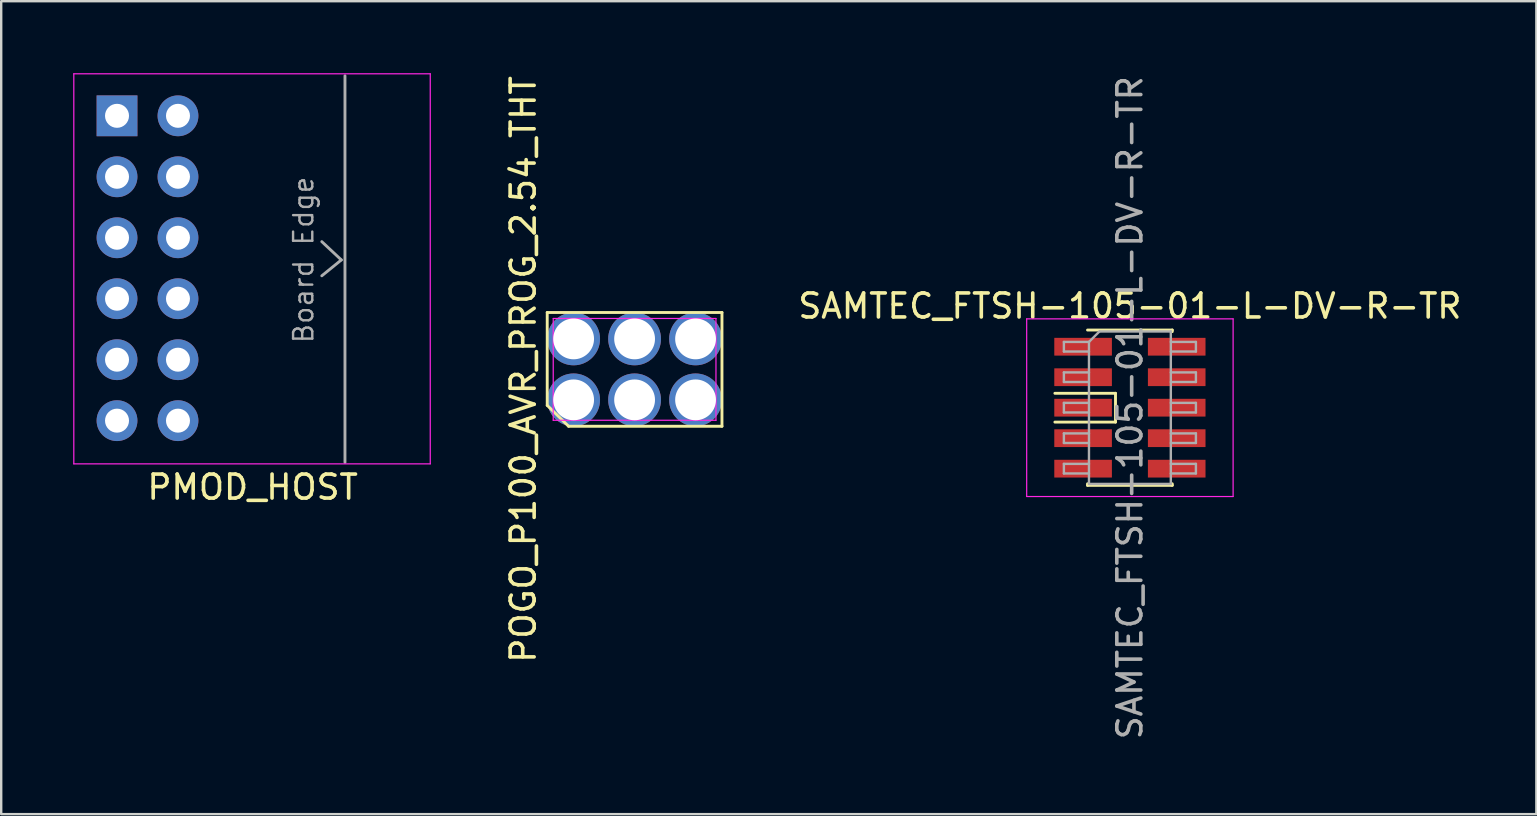
<source format=kicad_pcb>
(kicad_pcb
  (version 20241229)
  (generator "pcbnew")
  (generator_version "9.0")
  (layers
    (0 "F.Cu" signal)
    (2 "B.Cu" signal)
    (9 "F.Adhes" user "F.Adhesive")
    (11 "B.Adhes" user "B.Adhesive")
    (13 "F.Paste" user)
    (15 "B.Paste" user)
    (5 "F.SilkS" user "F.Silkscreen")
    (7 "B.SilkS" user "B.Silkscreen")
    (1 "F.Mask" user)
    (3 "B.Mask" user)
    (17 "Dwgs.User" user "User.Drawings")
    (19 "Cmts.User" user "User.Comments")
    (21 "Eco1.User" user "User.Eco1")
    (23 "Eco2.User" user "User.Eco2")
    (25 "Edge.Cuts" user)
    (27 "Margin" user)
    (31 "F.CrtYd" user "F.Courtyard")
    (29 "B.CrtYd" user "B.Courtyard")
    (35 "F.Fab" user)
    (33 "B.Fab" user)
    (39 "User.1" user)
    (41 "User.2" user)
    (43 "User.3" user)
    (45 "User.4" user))
  (footprint "POGO_P100_AVR_PROG_2.54_THT"
    (layer "F.Cu")
    (at 23.388 12.339)
    (property "Reference" "POGO_P100_AVR_PROG_2.54_THT" (at -4.64 0 90) (layer "F.SilkS") (effects (font (size 1 1) (thickness 0.15))))
    (attr through_hole)
    (fp_line (start -3.64 -2.37) (end -3.64 1.5) (stroke (width 0.12) (type solid)) (layer "F.SilkS"))
    (fp_line (start -3.64 1.5) (end -2.75 2.37) (stroke (width 0.12) (type solid)) (layer "F.SilkS"))
    (fp_line (start -2.75 2.37) (end 3.64 2.37) (stroke (width 0.12) (type solid)) (layer "F.SilkS"))
    (fp_line (start 3.64 -2.37) (end -3.64 -2.37) (stroke (width 0.12) (type solid)) (layer "F.SilkS"))
    (fp_line (start 3.64 2.37) (end 3.64 -2.37) (stroke (width 0.12) (type solid)) (layer "F.SilkS"))
    (fp_line (start -3.39 -2.12) (end 3.39 -2.12) (stroke (width 0.05) (type solid)) (layer "F.CrtYd"))
    (fp_line (start -3.39 2.12) (end -3.39 -2.12) (stroke (width 0.05) (type solid)) (layer "F.CrtYd"))
    (fp_line (start 3.39 -2.12) (end 3.39 2.12) (stroke (width 0.05) (type solid)) (layer "F.CrtYd"))
    (fp_line (start 3.39 2.12) (end -3.39 2.12) (stroke (width 0.05) (type solid)) (layer "F.CrtYd"))
    (pad "1" thru_hole circle (at -2.54 1.27) (size 2.2 2.2) (drill 1.7) (layers "*.Cu" "*.Mask"))
    (pad "2" thru_hole circle (at -2.54 -1.27) (size 2.2 2.2) (drill 1.7) (layers "*.Cu" "*.Mask"))
    (pad "3" thru_hole circle (at 0 1.27) (size 2.2 2.2) (drill 1.7) (layers "*.Cu" "*.Mask"))
    (pad "4" thru_hole circle (at 0 -1.27) (size 2.2 2.2) (drill 1.7) (layers "*.Cu" "*.Mask"))
    (pad "5" thru_hole circle (at 2.54 1.27) (size 2.2 2.2) (drill 1.7) (layers "*.Cu" "*.Mask"))
    (pad "6" thru_hole circle (at 2.54 -1.27) (size 2.2 2.2) (drill 1.7) (layers "*.Cu" "*.Mask")))
  (footprint "SAMTEC_FTSH-105-01-L-DV-R-TR"
    (layer "F.Cu")
    (at 44.023 13.935)
    (property "Reference" "SAMTEC_FTSH-105-01-L-DV-R-TR" (at 0 -4.235 0) (layer "F.SilkS") (effects (font (size 1 1) (thickness 0.15))))
    (attr smd)
    (fp_line (start -3.125 -0.6) (end -0.6 -0.6) (stroke (width 0.12) (type solid)) (layer "F.SilkS"))
    (fp_line (start -3.125 0.6) (end -0.6 0.6) (stroke (width 0.12) (type solid)) (layer "F.SilkS"))
    (fp_line (start -1.765 -3.235) (end 1.765 -3.235) (stroke (width 0.12) (type solid)) (layer "F.SilkS"))
    (fp_line (start -1.765 3.17) (end -1.765 3.235) (stroke (width 0.12) (type solid)) (layer "F.SilkS"))
    (fp_line (start -1.765 3.235) (end 1.765 3.235) (stroke (width 0.12) (type solid)) (layer "F.SilkS"))
    (fp_line (start -0.6 -0.6) (end -0.6 0.6) (stroke (width 0.12) (type solid)) (layer "F.SilkS"))
    (fp_line (start 1.765 -3.235) (end 1.765 -3.17) (stroke (width 0.12) (type solid)) (layer "F.SilkS"))
    (fp_line (start 1.765 3.17) (end 1.765 3.235) (stroke (width 0.12) (type solid)) (layer "F.SilkS"))
    (fp_line (start -4.3 -3.7) (end -4.3 3.7) (stroke (width 0.05) (type solid)) (layer "F.CrtYd"))
    (fp_line (start -4.3 3.7) (end 4.3 3.7) (stroke (width 0.05) (type solid)) (layer "F.CrtYd"))
    (fp_line (start 4.3 -3.7) (end -4.3 -3.7) (stroke (width 0.05) (type solid)) (layer "F.CrtYd"))
    (fp_line (start 4.3 3.7) (end 4.3 -3.7) (stroke (width 0.05) (type solid)) (layer "F.CrtYd"))
    (fp_line (start -2.75 -2.74) (end -2.75 -2.34) (stroke (width 0.1) (type solid)) (layer "F.Fab"))
    (fp_line (start -2.75 -2.34) (end -1.705 -2.34) (stroke (width 0.1) (type solid)) (layer "F.Fab"))
    (fp_line (start -2.75 -1.47) (end -2.75 -1.07) (stroke (width 0.1) (type solid)) (layer "F.Fab"))
    (fp_line (start -2.75 -1.07) (end -1.705 -1.07) (stroke (width 0.1) (type solid)) (layer "F.Fab"))
    (fp_line (start -2.75 -0.2) (end -2.75 0.2) (stroke (width 0.1) (type solid)) (layer "F.Fab"))
    (fp_line (start -2.75 0.2) (end -1.705 0.2) (stroke (width 0.1) (type solid)) (layer "F.Fab"))
    (fp_line (start -2.75 1.07) (end -2.75 1.47) (stroke (width 0.1) (type solid)) (layer "F.Fab"))
    (fp_line (start -2.75 1.47) (end -1.705 1.47) (stroke (width 0.1) (type solid)) (layer "F.Fab"))
    (fp_line (start -2.75 2.34) (end -2.75 2.74) (stroke (width 0.1) (type solid)) (layer "F.Fab"))
    (fp_line (start -2.75 2.74) (end -1.705 2.74) (stroke (width 0.1) (type solid)) (layer "F.Fab"))
    (fp_line (start -1.705 -2.74) (end -2.75 -2.74) (stroke (width 0.1) (type solid)) (layer "F.Fab"))
    (fp_line (start -1.705 -2.74) (end -1.27 -3.175) (stroke (width 0.1) (type solid)) (layer "F.Fab"))
    (fp_line (start -1.705 -1.47) (end -2.75 -1.47) (stroke (width 0.1) (type solid)) (layer "F.Fab"))
    (fp_line (start -1.705 -0.2) (end -2.75 -0.2) (stroke (width 0.1) (type solid)) (layer "F.Fab"))
    (fp_line (start -1.705 1.07) (end -2.75 1.07) (stroke (width 0.1) (type solid)) (layer "F.Fab"))
    (fp_line (start -1.705 2.34) (end -2.75 2.34) (stroke (width 0.1) (type solid)) (layer "F.Fab"))
    (fp_line (start -1.705 3.175) (end -1.705 -2.74) (stroke (width 0.1) (type solid)) (layer "F.Fab"))
    (fp_line (start -1.27 -3.175) (end 1.705 -3.175) (stroke (width 0.1) (type solid)) (layer "F.Fab"))
    (fp_line (start 1.705 -3.175) (end 1.705 3.175) (stroke (width 0.1) (type solid)) (layer "F.Fab"))
    (fp_line (start 1.705 -2.74) (end 2.75 -2.74) (stroke (width 0.1) (type solid)) (layer "F.Fab"))
    (fp_line (start 1.705 -1.47) (end 2.75 -1.47) (stroke (width 0.1) (type solid)) (layer "F.Fab"))
    (fp_line (start 1.705 -0.2) (end 2.75 -0.2) (stroke (width 0.1) (type solid)) (layer "F.Fab"))
    (fp_line (start 1.705 1.07) (end 2.75 1.07) (stroke (width 0.1) (type solid)) (layer "F.Fab"))
    (fp_line (start 1.705 2.34) (end 2.75 2.34) (stroke (width 0.1) (type solid)) (layer "F.Fab"))
    (fp_line (start 1.705 3.175) (end -1.705 3.175) (stroke (width 0.1) (type solid)) (layer "F.Fab"))
    (fp_line (start 2.75 -2.74) (end 2.75 -2.34) (stroke (width 0.1) (type solid)) (layer "F.Fab"))
    (fp_line (start 2.75 -2.34) (end 1.705 -2.34) (stroke (width 0.1) (type solid)) (layer "F.Fab"))
    (fp_line (start 2.75 -1.47) (end 2.75 -1.07) (stroke (width 0.1) (type solid)) (layer "F.Fab"))
    (fp_line (start 2.75 -1.07) (end 1.705 -1.07) (stroke (width 0.1) (type solid)) (layer "F.Fab"))
    (fp_line (start 2.75 -0.2) (end 2.75 0.2) (stroke (width 0.1) (type solid)) (layer "F.Fab"))
    (fp_line (start 2.75 0.2) (end 1.705 0.2) (stroke (width 0.1) (type solid)) (layer "F.Fab"))
    (fp_line (start 2.75 1.07) (end 2.75 1.47) (stroke (width 0.1) (type solid)) (layer "F.Fab"))
    (fp_line (start 2.75 1.47) (end 1.705 1.47) (stroke (width 0.1) (type solid)) (layer "F.Fab"))
    (fp_line (start 2.75 2.34) (end 2.75 2.74) (stroke (width 0.1) (type solid)) (layer "F.Fab"))
    (fp_line (start 2.75 2.74) (end 1.705 2.74) (stroke (width 0.1) (type solid)) (layer "F.Fab"))
    (fp_text user "${REFERENCE}" (at 0 0 90) (layer "F.Fab") (effects (font (size 1 1) (thickness 0.15))))
    (pad "1" smd rect (at -1.95 -2.54) (size 2.4 0.74) (layers "F.Cu" "F.Mask" "F.Paste"))
    (pad "2" smd rect (at 1.95 -2.54) (size 2.4 0.74) (layers "F.Cu" "F.Mask" "F.Paste"))
    (pad "3" smd rect (at -1.95 -1.27) (size 2.4 0.74) (layers "F.Cu" "F.Mask" "F.Paste"))
    (pad "4" smd rect (at 1.95 -1.27) (size 2.4 0.74) (layers "F.Cu" "F.Mask" "F.Paste"))
    (pad "5" smd rect (at -1.95 0) (size 2.4 0.74) (layers "F.Cu" "F.Mask" "F.Paste"))
    (pad "6" smd rect (at 1.95 0) (size 2.4 0.74) (layers "F.Cu" "F.Mask" "F.Paste"))
    (pad "7" smd rect (at -1.95 1.27) (size 2.4 0.74) (layers "F.Cu" "F.Mask" "F.Paste"))
    (pad "8" smd rect (at 1.95 1.27) (size 2.4 0.74) (layers "F.Cu" "F.Mask" "F.Paste"))
    (pad "9" smd rect (at -1.95 2.54) (size 2.4 0.74) (layers "F.Cu" "F.Mask" "F.Paste"))
    (pad "10" smd rect (at 1.95 2.54) (size 2.4 0.74) (layers "F.Cu" "F.Mask" "F.Paste")))
  (footprint "PMOD_HOST"
    (layer "F.Cu")
    (at 7.156 8.135)
    (property "Reference" "PMOD_HOST" (at 0.319 9.11 180) (layer "F.SilkS") (effects (font (size 1 1) (thickness 0.15))))
    (attr through_hole)
    (fp_line (start -7.131 -8.11) (end -7.131 8.14) (stroke (width 0.05) (type solid)) (layer "F.CrtYd"))
    (fp_line (start -7.131 8.14) (end 7.719 8.14) (stroke (width 0.05) (type solid)) (layer "F.CrtYd"))
    (fp_line (start 7.719 -8.11) (end -7.131 -8.11) (stroke (width 0.05) (type solid)) (layer "F.CrtYd"))
    (fp_line (start 7.719 8.14) (end 7.719 -8.11) (stroke (width 0.05) (type solid)) (layer "F.CrtYd"))
    (fp_line (start 3.201 -1.118) (end 4.014 -0.356) (stroke (width 0.12) (type solid)) (layer "F.Fab"))
    (fp_line (start 4.014 -0.356) (end 3.201 0.305) (stroke (width 0.12) (type solid)) (layer "F.Fab"))
    (fp_line (start 4.166 8.077) (end 4.166 -8.026) (stroke (width 0.12) (type solid)) (layer "F.Fab"))
    (fp_text user "Board Edge" (at 2.439 -0.356 90) (layer "F.Fab") (effects (font (size 0.8 0.8) (thickness 0.1))))
    (pad "1" thru_hole rect (at -5.331 -6.36 180) (size 1.7 1.7) (drill 1) (layers "*.Cu" "*.Mask"))
    (pad "2" thru_hole oval (at -5.331 -3.82 180) (size 1.7 1.7) (drill 1) (layers "*.Cu" "*.Mask"))
    (pad "3" thru_hole oval (at -5.331 -1.28 180) (size 1.7 1.7) (drill 1) (layers "*.Cu" "*.Mask"))
    (pad "4" thru_hole oval (at -5.331 1.26 180) (size 1.7 1.7) (drill 1) (layers "*.Cu" "*.Mask"))
    (pad "5" thru_hole oval (at -5.331 3.8 180) (size 1.7 1.7) (drill 1) (layers "*.Cu" "*.Mask"))
    (pad "6" thru_hole oval (at -5.331 6.34 180) (size 1.7 1.7) (drill 1) (layers "*.Cu" "*.Mask"))
    (pad "7" thru_hole oval (at -2.791 -6.36 180) (size 1.7 1.7) (drill 1) (layers "*.Cu" "*.Mask"))
    (pad "8" thru_hole oval (at -2.791 -3.82 180) (size 1.7 1.7) (drill 1) (layers "*.Cu" "*.Mask"))
    (pad "9" thru_hole oval (at -2.791 -1.28 180) (size 1.7 1.7) (drill 1) (layers "*.Cu" "*.Mask"))
    (pad "10" thru_hole oval (at -2.791 1.26 180) (size 1.7 1.7) (drill 1) (layers "*.Cu" "*.Mask"))
    (pad "11" thru_hole oval (at -2.791 3.8 180) (size 1.7 1.7) (drill 1) (layers "*.Cu" "*.Mask"))
    (pad "12" thru_hole oval (at -2.791 6.34 180) (size 1.7 1.7) (drill 1) (layers "*.Cu" "*.Mask")))
  (gr_rect
    (start -3 -3)
    (end 60.957 30.869)
    (stroke (width 0.1) (type default))
    (fill no)
    (layer "Edge.Cuts")))
</source>
